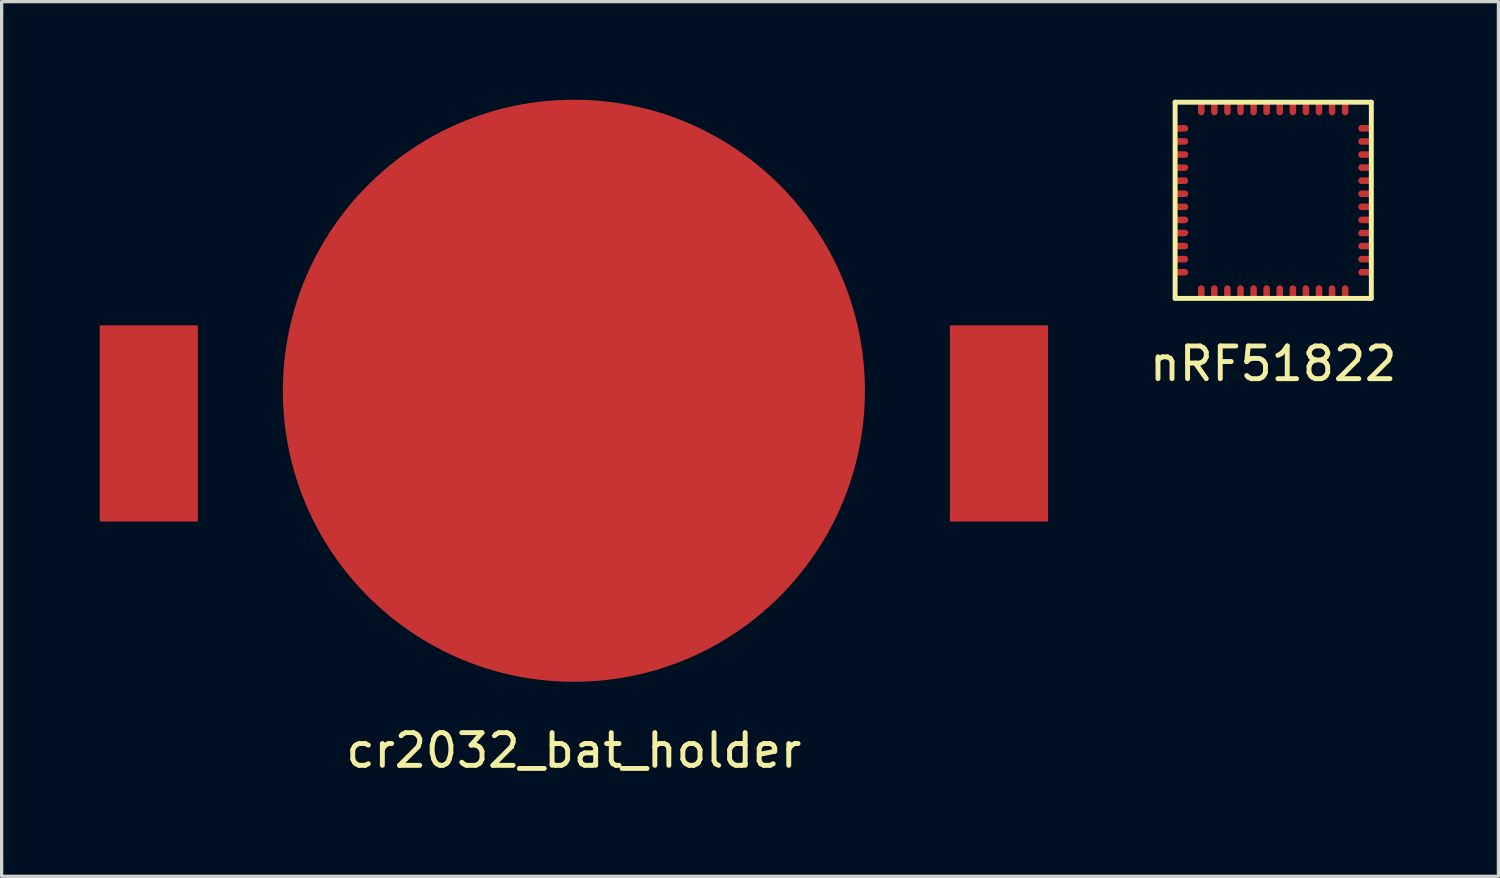
<source format=kicad_pcb>
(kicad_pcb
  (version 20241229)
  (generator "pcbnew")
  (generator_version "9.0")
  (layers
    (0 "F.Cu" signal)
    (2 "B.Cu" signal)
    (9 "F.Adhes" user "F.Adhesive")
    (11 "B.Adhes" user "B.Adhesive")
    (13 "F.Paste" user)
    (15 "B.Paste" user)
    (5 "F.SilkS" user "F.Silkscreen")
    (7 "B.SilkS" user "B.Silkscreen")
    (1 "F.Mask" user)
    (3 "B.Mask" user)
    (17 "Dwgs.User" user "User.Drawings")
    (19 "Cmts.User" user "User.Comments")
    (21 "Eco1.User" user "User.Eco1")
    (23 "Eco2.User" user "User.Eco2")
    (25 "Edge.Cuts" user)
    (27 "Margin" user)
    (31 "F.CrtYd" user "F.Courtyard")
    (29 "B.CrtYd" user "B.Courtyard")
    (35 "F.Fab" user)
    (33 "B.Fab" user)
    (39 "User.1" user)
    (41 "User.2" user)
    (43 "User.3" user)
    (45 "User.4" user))
  (footprint "cr2032_bat_holder"
    (layer "F.Cu")
    (at 14.5 8.9)
    (property "Reference" "cr2032_bat_holder" (at 0 11 0) (layer "F.SilkS") (effects (font (size 1 1) (thickness 0.15))))
    (attr through_hole)
    (pad "1" smd circle (at 0 0) (size 17.8 17.8) (layers "F.Cu" "F.Mask" "F.Paste"))
    (pad "2" smd rect (at -13 1) (size 3 6) (layers "F.Cu" "F.Mask" "F.Paste"))
    (pad "2" smd rect (at 13 1) (size 3 6) (layers "F.Cu" "F.Mask" "F.Paste")))
  (footprint "nRF51822"
    (layer "F.Cu")
    (at 35.887 3.075)
    (property "Reference" "nRF51822" (at 0 5 0) (layer "F.SilkS") (effects (font (size 1 1) (thickness 0.15))))
    (attr through_hole)
    (fp_line (start -3 -3) (end 3 -3) (stroke (width 0.15) (type solid)) (layer "F.SilkS"))
    (fp_line (start -3 3) (end -3 -3) (stroke (width 0.15) (type solid)) (layer "F.SilkS"))
    (fp_line (start 3 -3) (end 3 3) (stroke (width 0.15) (type solid)) (layer "F.SilkS"))
    (fp_line (start 3 3) (end -3 3) (stroke (width 0.15) (type solid)) (layer "F.SilkS"))
    (pad "1" smd oval (at -2.8 -2.2 90) (size 0.2 0.4) (layers "F.Cu" "F.Mask" "F.Paste"))
    (pad "2" smd oval (at -2.8 -1.8 90) (size 0.2 0.4) (layers "F.Cu" "F.Mask" "F.Paste"))
    (pad "3" smd oval (at -2.8 -1.4 90) (size 0.2 0.4) (layers "F.Cu" "F.Mask" "F.Paste"))
    (pad "4" smd oval (at -2.8 -1 90) (size 0.2 0.4) (layers "F.Cu" "F.Mask" "F.Paste"))
    (pad "5" smd oval (at -2.8 -0.6 90) (size 0.2 0.4) (layers "F.Cu" "F.Mask" "F.Paste"))
    (pad "6" smd oval (at -2.8 -0.2 90) (size 0.2 0.4) (layers "F.Cu" "F.Mask" "F.Paste"))
    (pad "7" smd oval (at -2.8 0.2 270) (size 0.2 0.4) (layers "F.Cu" "F.Mask" "F.Paste"))
    (pad "8" smd oval (at -2.8 0.6 90) (size 0.2 0.4) (layers "F.Cu" "F.Mask" "F.Paste"))
    (pad "9" smd oval (at -2.8 1 90) (size 0.2 0.4) (layers "F.Cu" "F.Mask" "F.Paste"))
    (pad "10" smd oval (at -2.8 1.4 90) (size 0.2 0.4) (layers "F.Cu" "F.Mask" "F.Paste"))
    (pad "11" smd oval (at -2.8 1.8 90) (size 0.2 0.4) (layers "F.Cu" "F.Mask" "F.Paste"))
    (pad "12" smd oval (at -2.8 2.2 90) (size 0.2 0.4) (layers "F.Cu" "F.Mask" "F.Paste"))
    (pad "13" smd oval (at -2.2 2.8 180) (size 0.2 0.4) (layers "F.Cu" "F.Mask" "F.Paste"))
    (pad "14" smd oval (at -1.8 2.8 180) (size 0.2 0.4) (layers "F.Cu" "F.Mask" "F.Paste"))
    (pad "15" smd oval (at -1.4 2.8 180) (size 0.2 0.4) (layers "F.Cu" "F.Mask" "F.Paste"))
    (pad "16" smd oval (at -1 2.8 180) (size 0.2 0.4) (layers "F.Cu" "F.Mask" "F.Paste"))
    (pad "17" smd oval (at -0.6 2.8 180) (size 0.2 0.4) (layers "F.Cu" "F.Mask" "F.Paste"))
    (pad "18" smd oval (at -0.2 2.8 180) (size 0.2 0.4) (layers "F.Cu" "F.Mask" "F.Paste"))
    (pad "19" smd oval (at 0.2 2.8 180) (size 0.2 0.4) (layers "F.Cu" "F.Mask" "F.Paste"))
    (pad "20" smd oval (at 0.6 2.8 180) (size 0.2 0.4) (layers "F.Cu" "F.Mask" "F.Paste"))
    (pad "21" smd oval (at 1 2.8 180) (size 0.2 0.4) (layers "F.Cu" "F.Mask" "F.Paste"))
    (pad "22" smd oval (at 1.4 2.8 180) (size 0.2 0.4) (layers "F.Cu" "F.Mask" "F.Paste"))
    (pad "23" smd oval (at 1.8 2.8 180) (size 0.2 0.4) (layers "F.Cu" "F.Mask" "F.Paste"))
    (pad "24" smd oval (at 2.2 2.8 180) (size 0.2 0.4) (layers "F.Cu" "F.Mask" "F.Paste"))
    (pad "25" smd oval (at 2.8 2.2 90) (size 0.2 0.4) (layers "F.Cu" "F.Mask" "F.Paste"))
    (pad "26" smd oval (at 2.8 1.8 90) (size 0.2 0.4) (layers "F.Cu" "F.Mask" "F.Paste"))
    (pad "27" smd oval (at 2.8 1.4 90) (size 0.2 0.4) (layers "F.Cu" "F.Mask" "F.Paste"))
    (pad "28" smd oval (at 2.8 1 90) (size 0.2 0.4) (layers "F.Cu" "F.Mask" "F.Paste"))
    (pad "29" smd oval (at 2.8 0.6 90) (size 0.2 0.4) (layers "F.Cu" "F.Mask" "F.Paste"))
    (pad "30" smd oval (at 2.8 0.2 90) (size 0.2 0.4) (layers "F.Cu" "F.Mask" "F.Paste"))
    (pad "31" smd oval (at 2.8 -0.2 90) (size 0.2 0.4) (layers "F.Cu" "F.Mask" "F.Paste"))
    (pad "32" smd oval (at 2.8 -0.6 90) (size 0.2 0.4) (layers "F.Cu" "F.Mask" "F.Paste"))
    (pad "33" smd oval (at 2.8 -1 90) (size 0.2 0.4) (layers "F.Cu" "F.Mask" "F.Paste"))
    (pad "34" smd oval (at 2.8 -1.4 90) (size 0.2 0.4) (layers "F.Cu" "F.Mask" "F.Paste"))
    (pad "35" smd oval (at 2.8 -1.8 90) (size 0.2 0.4) (layers "F.Cu" "F.Mask" "F.Paste"))
    (pad "36" smd oval (at 2.8 -2.2 90) (size 0.2 0.4) (layers "F.Cu" "F.Mask" "F.Paste"))
    (pad "37" smd oval (at 2.2 -2.8 180) (size 0.2 0.4) (layers "F.Cu" "F.Mask" "F.Paste"))
    (pad "38" smd oval (at 1.8 -2.8 180) (size 0.2 0.4) (layers "F.Cu" "F.Mask" "F.Paste"))
    (pad "39" smd oval (at 1.4 -2.8 180) (size 0.2 0.4) (layers "F.Cu" "F.Mask" "F.Paste"))
    (pad "40" smd oval (at 1 -2.8 180) (size 0.2 0.4) (layers "F.Cu" "F.Mask" "F.Paste"))
    (pad "41" smd oval (at 0.6 -2.8 180) (size 0.2 0.4) (layers "F.Cu" "F.Mask" "F.Paste"))
    (pad "42" smd oval (at 0.2 -2.8 180) (size 0.2 0.4) (layers "F.Cu" "F.Mask" "F.Paste"))
    (pad "43" smd oval (at -0.2 -2.8 180) (size 0.2 0.4) (layers "F.Cu" "F.Mask" "F.Paste"))
    (pad "44" smd oval (at -0.6 -2.8 180) (size 0.2 0.4) (layers "F.Cu" "F.Mask" "F.Paste"))
    (pad "45" smd oval (at -1 -2.8 180) (size 0.2 0.4) (layers "F.Cu" "F.Mask" "F.Paste"))
    (pad "46" smd oval (at -1.4 -2.8 180) (size 0.2 0.4) (layers "F.Cu" "F.Mask" "F.Paste"))
    (pad "47" smd oval (at -1.8 -2.8 180) (size 0.2 0.4) (layers "F.Cu" "F.Mask" "F.Paste"))
    (pad "48" smd oval (at -2.2 -2.8 180) (size 0.2 0.4) (layers "F.Cu" "F.Mask" "F.Paste")))
  (gr_rect
    (start -3 -3)
    (end 42.774 23.748)
    (stroke (width 0.1) (type default))
    (fill no)
    (layer "Edge.Cuts")))
</source>
